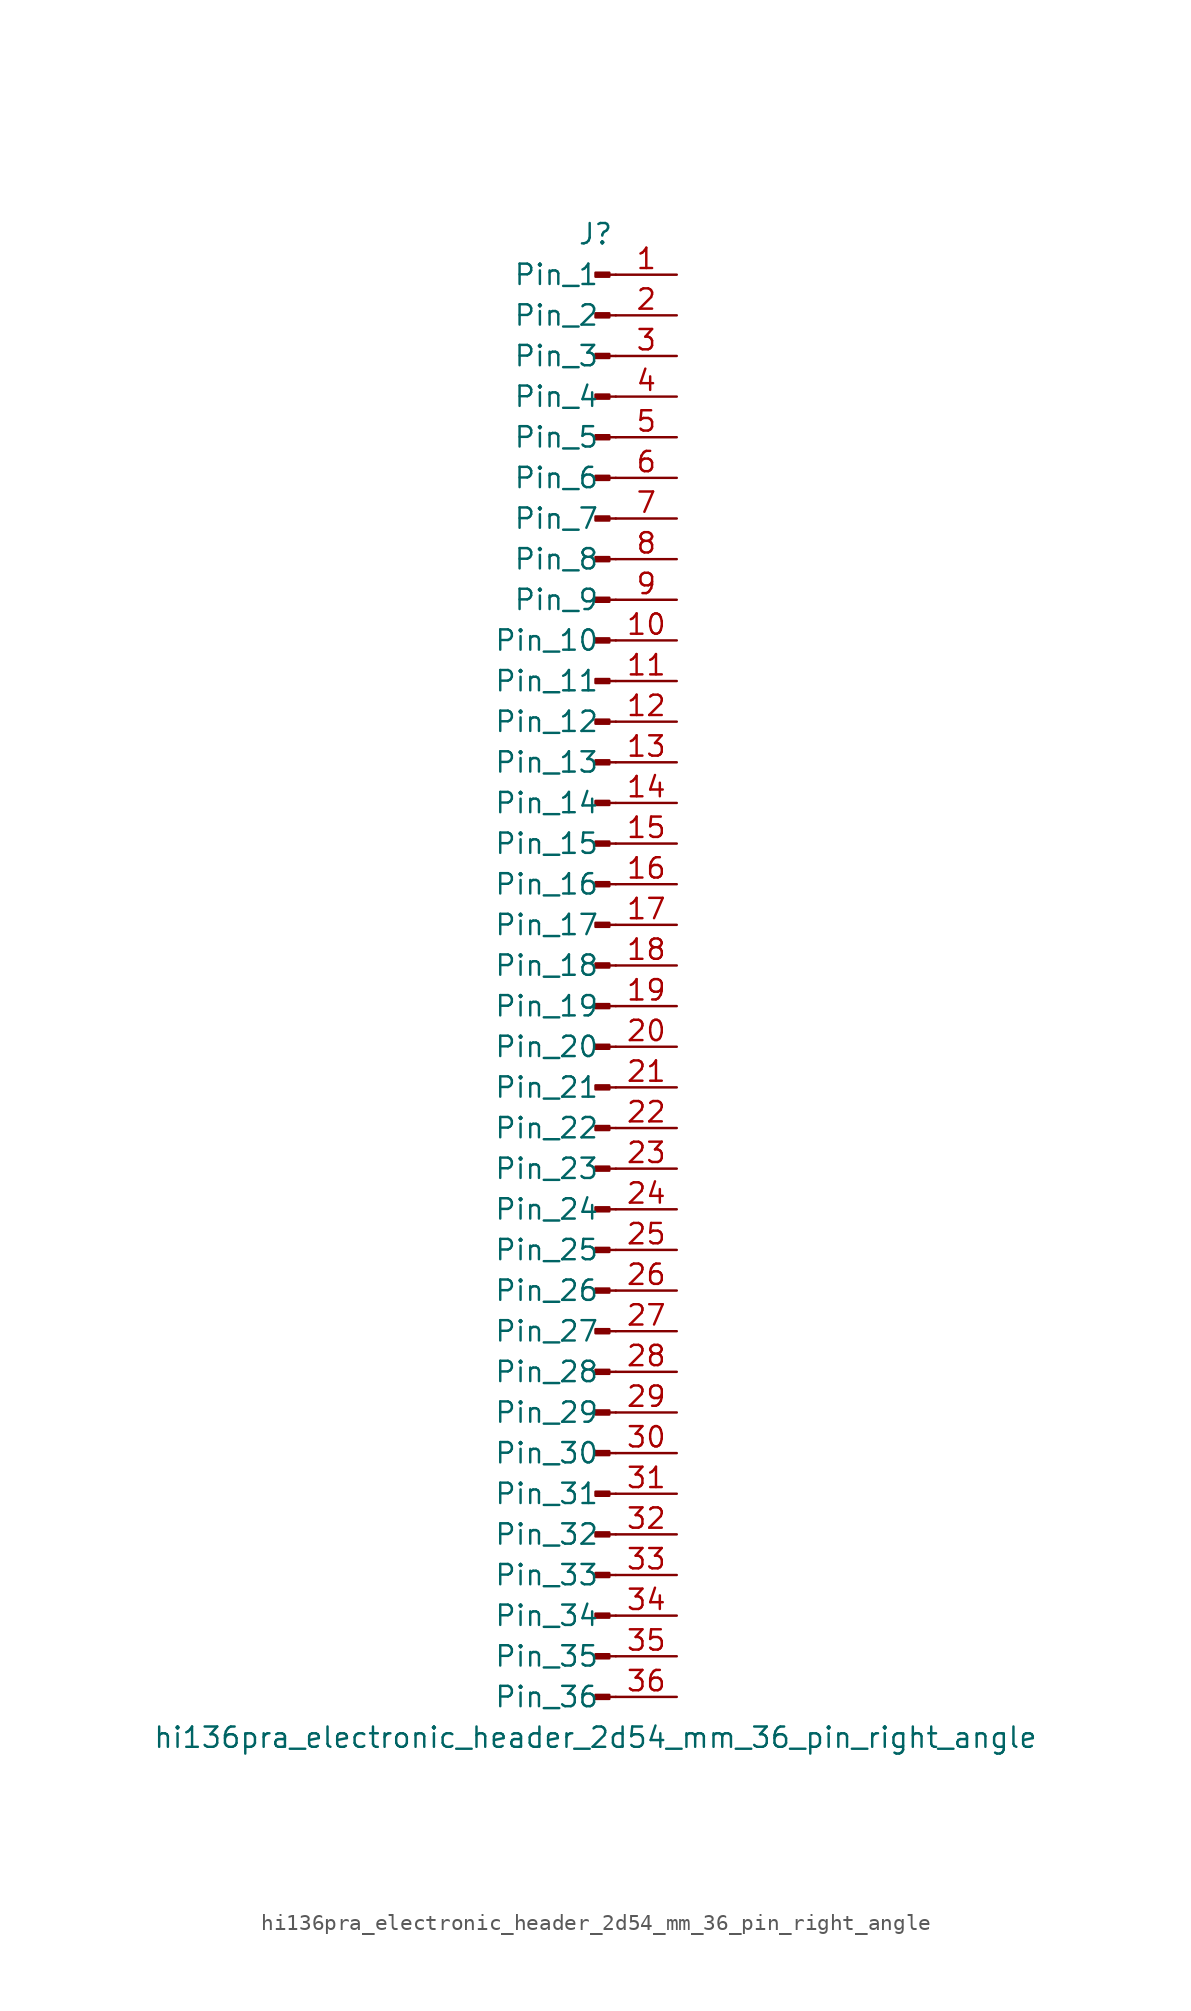
<source format=kicad_sym>
(kicad_symbol_lib
  (version 20220914)
  (generator kicad_symbol_editor)
  (symbol "hi136pra_electronic_header_2d54_mm_36_pin_right_angle"
    (pin_names
      (offset 1.016))
    (property "Reference" "J"
      (at 0 45.72 0)
      (effects (font (size 1.27 1.27))))
    (property "Value" "hi136pra_electronic_header_2d54_mm_36_pin_right_angle"
      (at 0 -48.26 0)
      (effects (font (size 1.27 1.27))))
    (property "ki_locked" ""
      (at 0 0 0)
      (effects (font (size 1.27 1.27))))
    (symbol "hi136pra_electronic_header_2d54_mm_36_pin_right_angle_1_1"
      (polyline (pts (xy 1.27 -45.72) (xy 0.864 -45.72)) (stroke (width 0.152) (type default)) (fill (type none)))
      (polyline (pts (xy 1.27 -43.18) (xy 0.864 -43.18)) (stroke (width 0.152) (type default)) (fill (type none)))
      (polyline (pts (xy 1.27 -40.64) (xy 0.864 -40.64)) (stroke (width 0.152) (type default)) (fill (type none)))
      (polyline (pts (xy 1.27 -38.1) (xy 0.864 -38.1)) (stroke (width 0.152) (type default)) (fill (type none)))
      (polyline (pts (xy 1.27 -35.56) (xy 0.864 -35.56)) (stroke (width 0.152) (type default)) (fill (type none)))
      (polyline (pts (xy 1.27 -33.02) (xy 0.864 -33.02)) (stroke (width 0.152) (type default)) (fill (type none)))
      (polyline (pts (xy 1.27 -30.48) (xy 0.864 -30.48)) (stroke (width 0.152) (type default)) (fill (type none)))
      (polyline (pts (xy 1.27 -27.94) (xy 0.864 -27.94)) (stroke (width 0.152) (type default)) (fill (type none)))
      (polyline (pts (xy 1.27 -25.4) (xy 0.864 -25.4)) (stroke (width 0.152) (type default)) (fill (type none)))
      (polyline (pts (xy 1.27 -22.86) (xy 0.864 -22.86)) (stroke (width 0.152) (type default)) (fill (type none)))
      (polyline (pts (xy 1.27 -20.32) (xy 0.864 -20.32)) (stroke (width 0.152) (type default)) (fill (type none)))
      (polyline (pts (xy 1.27 -17.78) (xy 0.864 -17.78)) (stroke (width 0.152) (type default)) (fill (type none)))
      (polyline (pts (xy 1.27 -15.24) (xy 0.864 -15.24)) (stroke (width 0.152) (type default)) (fill (type none)))
      (polyline (pts (xy 1.27 -12.7) (xy 0.864 -12.7)) (stroke (width 0.152) (type default)) (fill (type none)))
      (polyline (pts (xy 1.27 -10.16) (xy 0.864 -10.16)) (stroke (width 0.152) (type default)) (fill (type none)))
      (polyline (pts (xy 1.27 -7.62) (xy 0.864 -7.62)) (stroke (width 0.152) (type default)) (fill (type none)))
      (polyline (pts (xy 1.27 -5.08) (xy 0.864 -5.08)) (stroke (width 0.152) (type default)) (fill (type none)))
      (polyline (pts (xy 1.27 -2.54) (xy 0.864 -2.54)) (stroke (width 0.152) (type default)) (fill (type none)))
      (polyline (pts (xy 1.27 0) (xy 0.864 0)) (stroke (width 0.152) (type default)) (fill (type none)))
      (polyline (pts (xy 1.27 2.54) (xy 0.864 2.54)) (stroke (width 0.152) (type default)) (fill (type none)))
      (polyline (pts (xy 1.27 5.08) (xy 0.864 5.08)) (stroke (width 0.152) (type default)) (fill (type none)))
      (polyline (pts (xy 1.27 7.62) (xy 0.864 7.62)) (stroke (width 0.152) (type default)) (fill (type none)))
      (polyline (pts (xy 1.27 10.16) (xy 0.864 10.16)) (stroke (width 0.152) (type default)) (fill (type none)))
      (polyline (pts (xy 1.27 12.7) (xy 0.864 12.7)) (stroke (width 0.152) (type default)) (fill (type none)))
      (polyline (pts (xy 1.27 15.24) (xy 0.864 15.24)) (stroke (width 0.152) (type default)) (fill (type none)))
      (polyline (pts (xy 1.27 17.78) (xy 0.864 17.78)) (stroke (width 0.152) (type default)) (fill (type none)))
      (polyline (pts (xy 1.27 20.32) (xy 0.864 20.32)) (stroke (width 0.152) (type default)) (fill (type none)))
      (polyline (pts (xy 1.27 22.86) (xy 0.864 22.86)) (stroke (width 0.152) (type default)) (fill (type none)))
      (polyline (pts (xy 1.27 25.4) (xy 0.864 25.4)) (stroke (width 0.152) (type default)) (fill (type none)))
      (polyline (pts (xy 1.27 27.94) (xy 0.864 27.94)) (stroke (width 0.152) (type default)) (fill (type none)))
      (polyline (pts (xy 1.27 30.48) (xy 0.864 30.48)) (stroke (width 0.152) (type default)) (fill (type none)))
      (polyline (pts (xy 1.27 33.02) (xy 0.864 33.02)) (stroke (width 0.152) (type default)) (fill (type none)))
      (polyline (pts (xy 1.27 35.56) (xy 0.864 35.56)) (stroke (width 0.152) (type default)) (fill (type none)))
      (polyline (pts (xy 1.27 38.1) (xy 0.864 38.1)) (stroke (width 0.152) (type default)) (fill (type none)))
      (polyline (pts (xy 1.27 40.64) (xy 0.864 40.64)) (stroke (width 0.152) (type default)) (fill (type none)))
      (polyline (pts (xy 1.27 43.18) (xy 0.864 43.18)) (stroke (width 0.152) (type default)) (fill (type none)))
      (rectangle (start 0.864 -45.593) (end 0 -45.847) (stroke (width 0.152) (type default)) (fill (type outline)))
      (rectangle (start 0.864 -43.053) (end 0 -43.307) (stroke (width 0.152) (type default)) (fill (type outline)))
      (rectangle (start 0.864 -40.513) (end 0 -40.767) (stroke (width 0.152) (type default)) (fill (type outline)))
      (rectangle (start 0.864 -37.973) (end 0 -38.227) (stroke (width 0.152) (type default)) (fill (type outline)))
      (rectangle (start 0.864 -35.433) (end 0 -35.687) (stroke (width 0.152) (type default)) (fill (type outline)))
      (rectangle (start 0.864 -32.893) (end 0 -33.147) (stroke (width 0.152) (type default)) (fill (type outline)))
      (rectangle (start 0.864 -30.353) (end 0 -30.607) (stroke (width 0.152) (type default)) (fill (type outline)))
      (rectangle (start 0.864 -27.813) (end 0 -28.067) (stroke (width 0.152) (type default)) (fill (type outline)))
      (rectangle (start 0.864 -25.273) (end 0 -25.527) (stroke (width 0.152) (type default)) (fill (type outline)))
      (rectangle (start 0.864 -22.733) (end 0 -22.987) (stroke (width 0.152) (type default)) (fill (type outline)))
      (rectangle (start 0.864 -20.193) (end 0 -20.447) (stroke (width 0.152) (type default)) (fill (type outline)))
      (rectangle (start 0.864 -17.653) (end 0 -17.907) (stroke (width 0.152) (type default)) (fill (type outline)))
      (rectangle (start 0.864 -15.113) (end 0 -15.367) (stroke (width 0.152) (type default)) (fill (type outline)))
      (rectangle (start 0.864 -12.573) (end 0 -12.827) (stroke (width 0.152) (type default)) (fill (type outline)))
      (rectangle (start 0.864 -10.033) (end 0 -10.287) (stroke (width 0.152) (type default)) (fill (type outline)))
      (rectangle (start 0.864 -7.493) (end 0 -7.747) (stroke (width 0.152) (type default)) (fill (type outline)))
      (rectangle (start 0.864 -4.953) (end 0 -5.207) (stroke (width 0.152) (type default)) (fill (type outline)))
      (rectangle (start 0.864 -2.413) (end 0 -2.667) (stroke (width 0.152) (type default)) (fill (type outline)))
      (rectangle (start 0.864 0.127) (end 0 -0.127) (stroke (width 0.152) (type default)) (fill (type outline)))
      (rectangle (start 0.864 2.667) (end 0 2.413) (stroke (width 0.152) (type default)) (fill (type outline)))
      (rectangle (start 0.864 5.207) (end 0 4.953) (stroke (width 0.152) (type default)) (fill (type outline)))
      (rectangle (start 0.864 7.747) (end 0 7.493) (stroke (width 0.152) (type default)) (fill (type outline)))
      (rectangle (start 0.864 10.287) (end 0 10.033) (stroke (width 0.152) (type default)) (fill (type outline)))
      (rectangle (start 0.864 12.827) (end 0 12.573) (stroke (width 0.152) (type default)) (fill (type outline)))
      (rectangle (start 0.864 15.367) (end 0 15.113) (stroke (width 0.152) (type default)) (fill (type outline)))
      (rectangle (start 0.864 17.907) (end 0 17.653) (stroke (width 0.152) (type default)) (fill (type outline)))
      (rectangle (start 0.864 20.447) (end 0 20.193) (stroke (width 0.152) (type default)) (fill (type outline)))
      (rectangle (start 0.864 22.987) (end 0 22.733) (stroke (width 0.152) (type default)) (fill (type outline)))
      (rectangle (start 0.864 25.527) (end 0 25.273) (stroke (width 0.152) (type default)) (fill (type outline)))
      (rectangle (start 0.864 28.067) (end 0 27.813) (stroke (width 0.152) (type default)) (fill (type outline)))
      (rectangle (start 0.864 30.607) (end 0 30.353) (stroke (width 0.152) (type default)) (fill (type outline)))
      (rectangle (start 0.864 33.147) (end 0 32.893) (stroke (width 0.152) (type default)) (fill (type outline)))
      (rectangle (start 0.864 35.687) (end 0 35.433) (stroke (width 0.152) (type default)) (fill (type outline)))
      (rectangle (start 0.864 38.227) (end 0 37.973) (stroke (width 0.152) (type default)) (fill (type outline)))
      (rectangle (start 0.864 40.767) (end 0 40.513) (stroke (width 0.152) (type default)) (fill (type outline)))
      (rectangle (start 0.864 43.307) (end 0 43.053) (stroke (width 0.152) (type default)) (fill (type outline)))
      (pin passive line (at 5.08 43.18 180) (length 3.81) (name "Pin_1" (effects (font (size 1.27 1.27)))) (number "1" (effects (font (size 1.27 1.27)))))
      (pin passive line (at 5.08 20.32 180) (length 3.81) (name "Pin_10" (effects (font (size 1.27 1.27)))) (number "10" (effects (font (size 1.27 1.27)))))
      (pin passive line (at 5.08 17.78 180) (length 3.81) (name "Pin_11" (effects (font (size 1.27 1.27)))) (number "11" (effects (font (size 1.27 1.27)))))
      (pin passive line (at 5.08 15.24 180) (length 3.81) (name "Pin_12" (effects (font (size 1.27 1.27)))) (number "12" (effects (font (size 1.27 1.27)))))
      (pin passive line (at 5.08 12.7 180) (length 3.81) (name "Pin_13" (effects (font (size 1.27 1.27)))) (number "13" (effects (font (size 1.27 1.27)))))
      (pin passive line (at 5.08 10.16 180) (length 3.81) (name "Pin_14" (effects (font (size 1.27 1.27)))) (number "14" (effects (font (size 1.27 1.27)))))
      (pin passive line (at 5.08 7.62 180) (length 3.81) (name "Pin_15" (effects (font (size 1.27 1.27)))) (number "15" (effects (font (size 1.27 1.27)))))
      (pin passive line (at 5.08 5.08 180) (length 3.81) (name "Pin_16" (effects (font (size 1.27 1.27)))) (number "16" (effects (font (size 1.27 1.27)))))
      (pin passive line (at 5.08 2.54 180) (length 3.81) (name "Pin_17" (effects (font (size 1.27 1.27)))) (number "17" (effects (font (size 1.27 1.27)))))
      (pin passive line (at 5.08 0 180) (length 3.81) (name "Pin_18" (effects (font (size 1.27 1.27)))) (number "18" (effects (font (size 1.27 1.27)))))
      (pin passive line (at 5.08 -2.54 180) (length 3.81) (name "Pin_19" (effects (font (size 1.27 1.27)))) (number "19" (effects (font (size 1.27 1.27)))))
      (pin passive line (at 5.08 40.64 180) (length 3.81) (name "Pin_2" (effects (font (size 1.27 1.27)))) (number "2" (effects (font (size 1.27 1.27)))))
      (pin passive line (at 5.08 -5.08 180) (length 3.81) (name "Pin_20" (effects (font (size 1.27 1.27)))) (number "20" (effects (font (size 1.27 1.27)))))
      (pin passive line (at 5.08 -7.62 180) (length 3.81) (name "Pin_21" (effects (font (size 1.27 1.27)))) (number "21" (effects (font (size 1.27 1.27)))))
      (pin passive line (at 5.08 -10.16 180) (length 3.81) (name "Pin_22" (effects (font (size 1.27 1.27)))) (number "22" (effects (font (size 1.27 1.27)))))
      (pin passive line (at 5.08 -12.7 180) (length 3.81) (name "Pin_23" (effects (font (size 1.27 1.27)))) (number "23" (effects (font (size 1.27 1.27)))))
      (pin passive line (at 5.08 -15.24 180) (length 3.81) (name "Pin_24" (effects (font (size 1.27 1.27)))) (number "24" (effects (font (size 1.27 1.27)))))
      (pin passive line (at 5.08 -17.78 180) (length 3.81) (name "Pin_25" (effects (font (size 1.27 1.27)))) (number "25" (effects (font (size 1.27 1.27)))))
      (pin passive line (at 5.08 -20.32 180) (length 3.81) (name "Pin_26" (effects (font (size 1.27 1.27)))) (number "26" (effects (font (size 1.27 1.27)))))
      (pin passive line (at 5.08 -22.86 180) (length 3.81) (name "Pin_27" (effects (font (size 1.27 1.27)))) (number "27" (effects (font (size 1.27 1.27)))))
      (pin passive line (at 5.08 -25.4 180) (length 3.81) (name "Pin_28" (effects (font (size 1.27 1.27)))) (number "28" (effects (font (size 1.27 1.27)))))
      (pin passive line (at 5.08 -27.94 180) (length 3.81) (name "Pin_29" (effects (font (size 1.27 1.27)))) (number "29" (effects (font (size 1.27 1.27)))))
      (pin passive line (at 5.08 38.1 180) (length 3.81) (name "Pin_3" (effects (font (size 1.27 1.27)))) (number "3" (effects (font (size 1.27 1.27)))))
      (pin passive line (at 5.08 -30.48 180) (length 3.81) (name "Pin_30" (effects (font (size 1.27 1.27)))) (number "30" (effects (font (size 1.27 1.27)))))
      (pin passive line (at 5.08 -33.02 180) (length 3.81) (name "Pin_31" (effects (font (size 1.27 1.27)))) (number "31" (effects (font (size 1.27 1.27)))))
      (pin passive line (at 5.08 -35.56 180) (length 3.81) (name "Pin_32" (effects (font (size 1.27 1.27)))) (number "32" (effects (font (size 1.27 1.27)))))
      (pin passive line (at 5.08 -38.1 180) (length 3.81) (name "Pin_33" (effects (font (size 1.27 1.27)))) (number "33" (effects (font (size 1.27 1.27)))))
      (pin passive line (at 5.08 -40.64 180) (length 3.81) (name "Pin_34" (effects (font (size 1.27 1.27)))) (number "34" (effects (font (size 1.27 1.27)))))
      (pin passive line (at 5.08 -43.18 180) (length 3.81) (name "Pin_35" (effects (font (size 1.27 1.27)))) (number "35" (effects (font (size 1.27 1.27)))))
      (pin passive line (at 5.08 -45.72 180) (length 3.81) (name "Pin_36" (effects (font (size 1.27 1.27)))) (number "36" (effects (font (size 1.27 1.27)))))
      (pin passive line (at 5.08 35.56 180) (length 3.81) (name "Pin_4" (effects (font (size 1.27 1.27)))) (number "4" (effects (font (size 1.27 1.27)))))
      (pin passive line (at 5.08 33.02 180) (length 3.81) (name "Pin_5" (effects (font (size 1.27 1.27)))) (number "5" (effects (font (size 1.27 1.27)))))
      (pin passive line (at 5.08 30.48 180) (length 3.81) (name "Pin_6" (effects (font (size 1.27 1.27)))) (number "6" (effects (font (size 1.27 1.27)))))
      (pin passive line (at 5.08 27.94 180) (length 3.81) (name "Pin_7" (effects (font (size 1.27 1.27)))) (number "7" (effects (font (size 1.27 1.27)))))
      (pin passive line (at 5.08 25.4 180) (length 3.81) (name "Pin_8" (effects (font (size 1.27 1.27)))) (number "8" (effects (font (size 1.27 1.27)))))
      (pin passive line (at 5.08 22.86 180) (length 3.81) (name "Pin_9" (effects (font (size 1.27 1.27)))) (number "9" (effects (font (size 1.27 1.27))))))))
</source>
